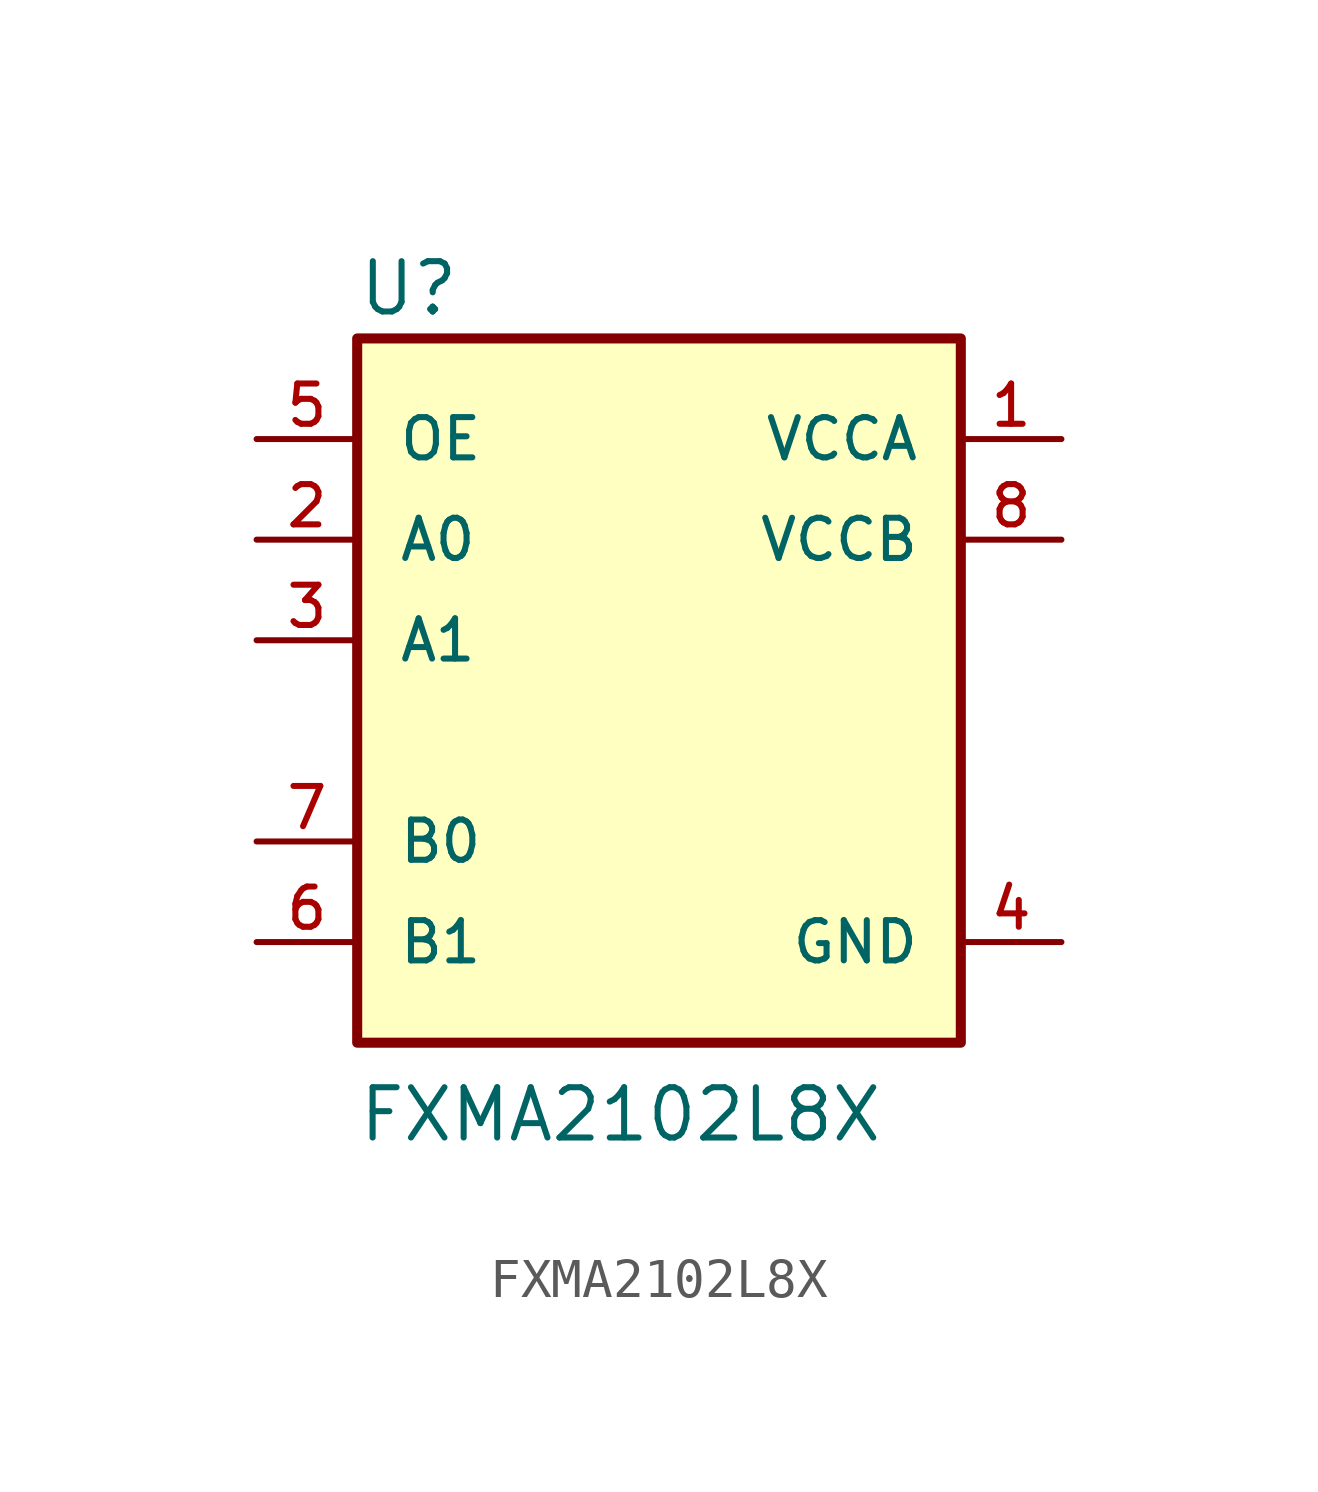
<source format=kicad_sym>
(kicad_symbol_lib
  (version 20211014)
  (generator kicad_symbol_editor)
  (symbol "FXMA2102L8X"
    (pin_names
      (offset 1.016))
    (property "Reference" "U"
      (at -7.628 10.678 0)
      (effects (font (size 1.27 1.27)) (justify bottom left)))
    (property "Value" "FXMA2102L8X"
      (at -7.633 -10.178 0)
      (effects (font (size 1.27 1.27)) (justify bottom left)))
    (symbol "FXMA2102L8X_0_0"
      (rectangle (start -7.62 -7.62) (end 7.62 10.16) (stroke (width 0.254)) (fill (type background)))
      (pin power_in line (at 10.16 7.62 180.0) (length 2.54) (name "VCCA" (effects (font (size 1.016 1.016)))) (number "1" (effects (font (size 1.016 1.016)))))
      (pin bidirectional line (at -10.16 5.08 0) (length 2.54) (name "A0" (effects (font (size 1.016 1.016)))) (number "2" (effects (font (size 1.016 1.016)))))
      (pin bidirectional line (at -10.16 2.54 0) (length 2.54) (name "A1" (effects (font (size 1.016 1.016)))) (number "3" (effects (font (size 1.016 1.016)))))
      (pin power_in line (at 10.16 -5.08 180.0) (length 2.54) (name "GND" (effects (font (size 1.016 1.016)))) (number "4" (effects (font (size 1.016 1.016)))))
      (pin input line (at -10.16 7.62 0) (length 2.54) (name "OE" (effects (font (size 1.016 1.016)))) (number "5" (effects (font (size 1.016 1.016)))))
      (pin bidirectional line (at -10.16 -5.08 0) (length 2.54) (name "B1" (effects (font (size 1.016 1.016)))) (number "6" (effects (font (size 1.016 1.016)))))
      (pin bidirectional line (at -10.16 -2.54 0) (length 2.54) (name "B0" (effects (font (size 1.016 1.016)))) (number "7" (effects (font (size 1.016 1.016)))))
      (pin power_in line (at 10.16 5.08 180.0) (length 2.54) (name "VCCB" (effects (font (size 1.016 1.016)))) (number "8" (effects (font (size 1.016 1.016))))))))
</source>
